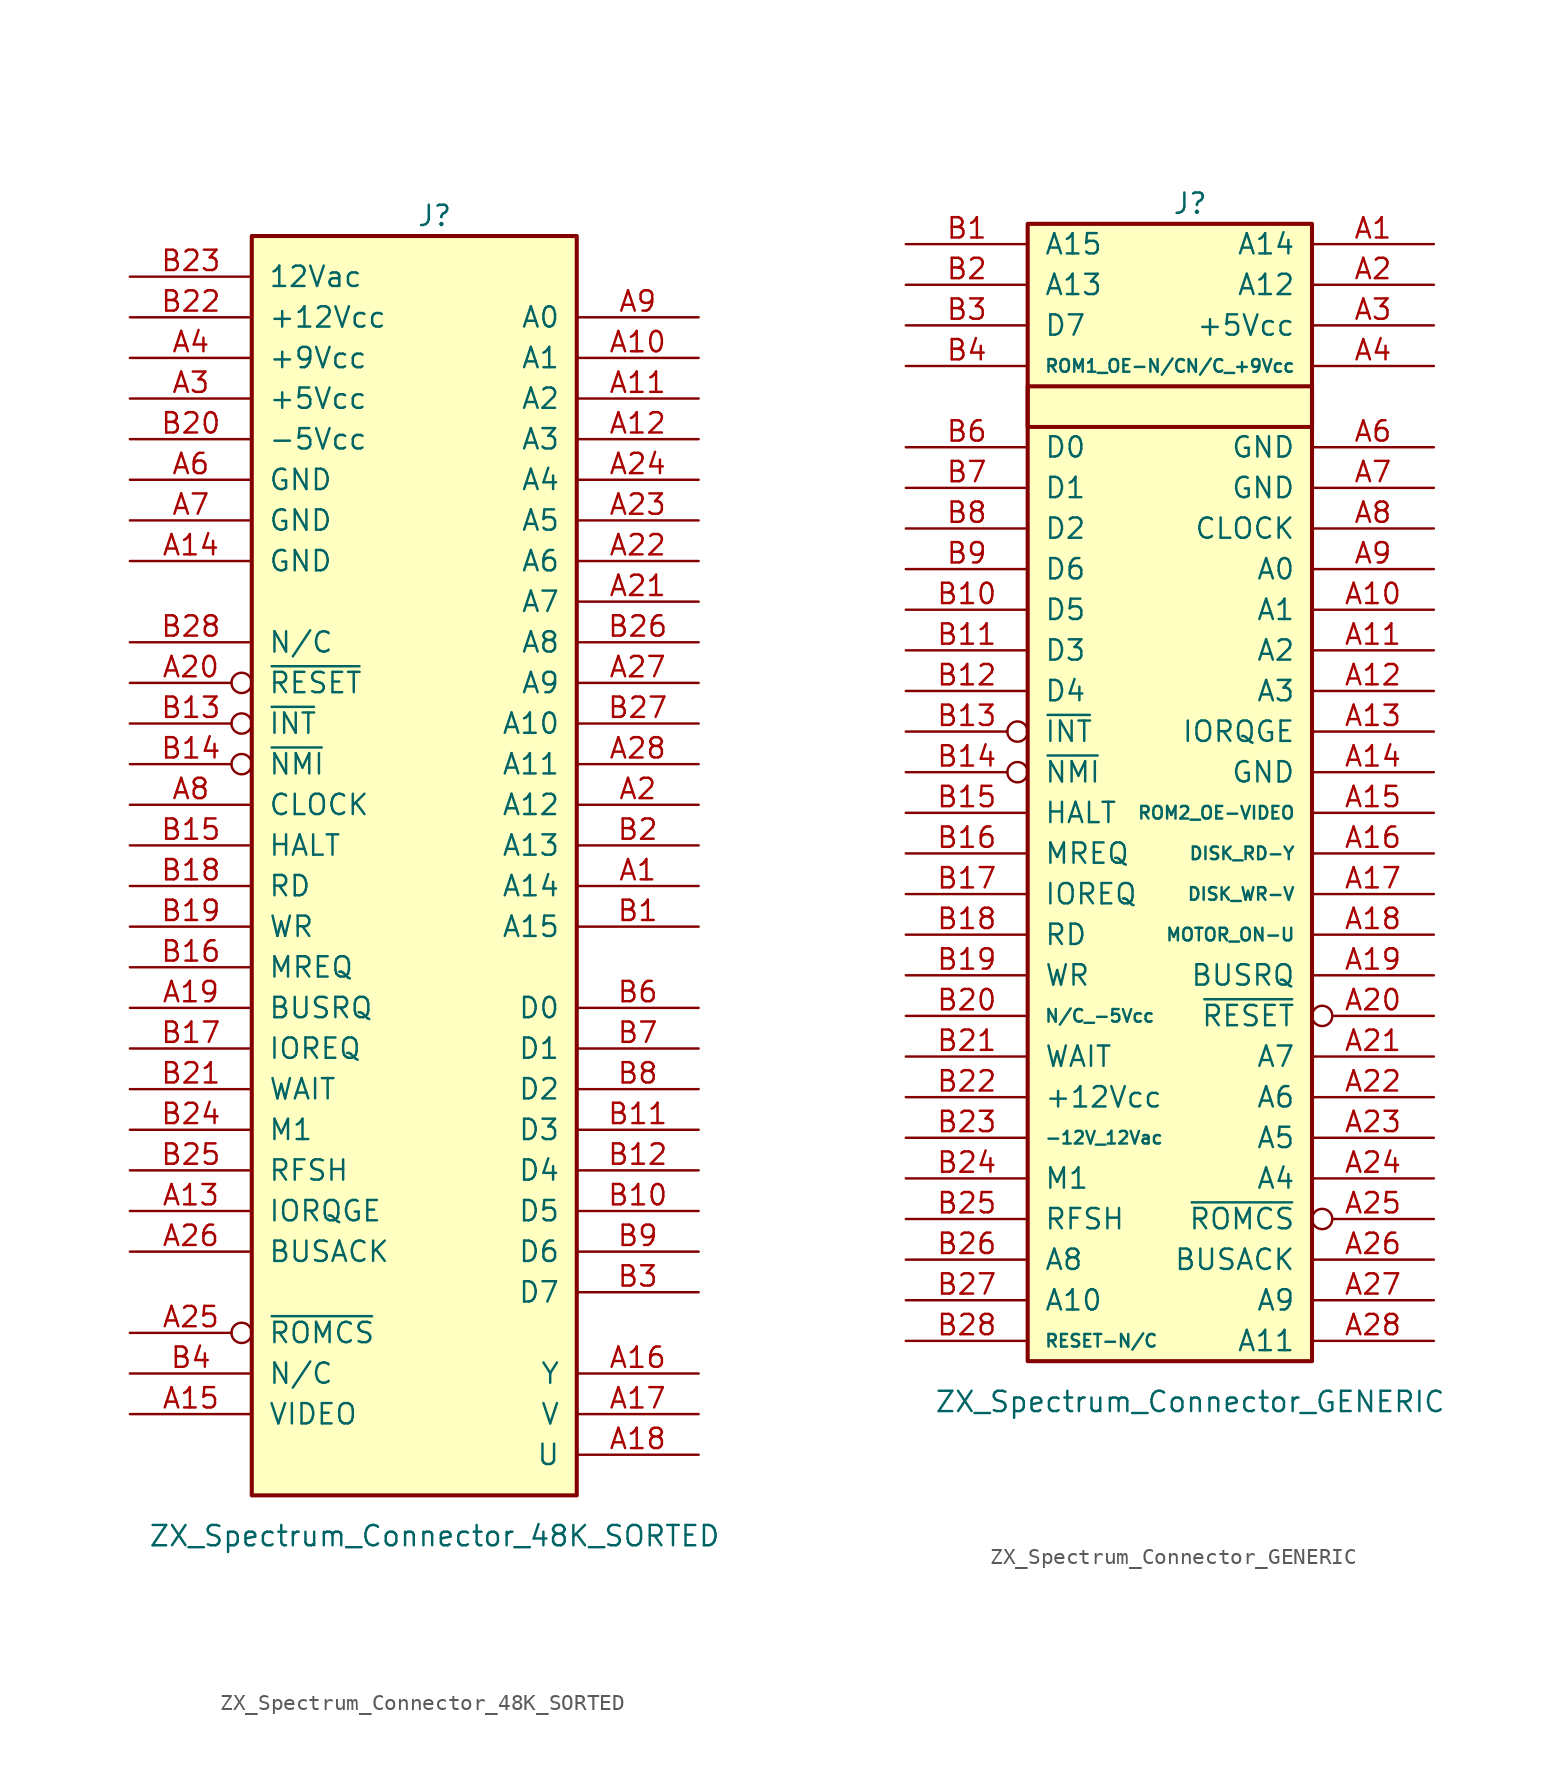
<source format=kicad_sym>
(kicad_symbol_lib
  (version 20220914)
  (generator kicad_symbol_editor)
  (symbol "ZX_Spectrum_Connector_48K_SORTED"
    (pin_names
      (offset 1.016))
    (property "Reference" "J"
      (at 1.27 35.56 0)
      (effects (font (size 1.27 1.27))))
    (property "Value" "ZX_Spectrum_Connector_48K_SORTED"
      (at 1.27 -46.99 0)
      (effects (font (size 1.27 1.27))))
    (symbol "ZX_Spectrum_Connector_48K_SORTED_1_1"
      (rectangle (start -10.16 34.29) (end 10.16 -44.45) (stroke (width 0.254) (type default)) (fill (type background)))
      (pin bidirectional line (at 17.78 -6.35 180) (length 7.62) (name "A14" (effects (font (size 1.27 1.27)))) (number "A1" (effects (font (size 1.27 1.27)))))
      (pin bidirectional line (at 17.78 26.67 180) (length 7.62) (name "A1" (effects (font (size 1.27 1.27)))) (number "A10" (effects (font (size 1.27 1.27)))))
      (pin bidirectional line (at 17.78 24.13 180) (length 7.62) (name "A2" (effects (font (size 1.27 1.27)))) (number "A11" (effects (font (size 1.27 1.27)))))
      (pin bidirectional line (at 17.78 21.59 180) (length 7.62) (name "A3" (effects (font (size 1.27 1.27)))) (number "A12" (effects (font (size 1.27 1.27)))))
      (pin bidirectional line (at -17.78 -26.67 0) (length 7.62) (name "IORQGE" (effects (font (size 1.27 1.27)))) (number "A13" (effects (font (size 1.27 1.27)))))
      (pin bidirectional line (at -17.78 13.97 0) (length 7.62) (name "GND" (effects (font (size 1.27 1.27)))) (number "A14" (effects (font (size 1.27 1.27)))))
      (pin bidirectional line (at -17.78 -39.37 0) (length 7.62) (name "VIDEO" (effects (font (size 1.27 1.27)))) (number "A15" (effects (font (size 1.27 1.27)))))
      (pin unspecified line (at 17.78 -36.83 180) (length 7.62) (name "Y" (effects (font (size 1.27 1.27)))) (number "A16" (effects (font (size 1.27 1.27)))))
      (pin bidirectional line (at 17.78 -39.37 180) (length 7.62) (name "V" (effects (font (size 1.27 1.27)))) (number "A17" (effects (font (size 1.27 1.27)))))
      (pin bidirectional line (at 17.78 -41.91 180) (length 7.62) (name "U" (effects (font (size 1.27 1.27)))) (number "A18" (effects (font (size 1.27 1.27)))))
      (pin bidirectional line (at -17.78 -13.97 0) (length 7.62) (name "BUSRQ" (effects (font (size 1.27 1.27)))) (number "A19" (effects (font (size 1.27 1.27)))))
      (pin bidirectional line (at 17.78 -1.27 180) (length 7.62) (name "A12" (effects (font (size 1.27 1.27)))) (number "A2" (effects (font (size 1.27 1.27)))))
      (pin bidirectional inverted (at -17.78 6.35 0) (length 7.62) (name "~{RESET}" (effects (font (size 1.27 1.27)))) (number "A20" (effects (font (size 1.27 1.27)))))
      (pin bidirectional line (at 17.78 11.43 180) (length 7.62) (name "A7" (effects (font (size 1.27 1.27)))) (number "A21" (effects (font (size 1.27 1.27)))))
      (pin bidirectional line (at 17.78 13.97 180) (length 7.62) (name "A6" (effects (font (size 1.27 1.27)))) (number "A22" (effects (font (size 1.27 1.27)))))
      (pin bidirectional line (at 17.78 16.51 180) (length 7.62) (name "A5" (effects (font (size 1.27 1.27)))) (number "A23" (effects (font (size 1.27 1.27)))))
      (pin bidirectional line (at 17.78 19.05 180) (length 7.62) (name "A4" (effects (font (size 1.27 1.27)))) (number "A24" (effects (font (size 1.27 1.27)))))
      (pin bidirectional inverted (at -17.78 -34.29 0) (length 7.62) (name "~{ROMCS}" (effects (font (size 1.27 1.27)))) (number "A25" (effects (font (size 1.27 1.27)))))
      (pin bidirectional line (at -17.78 -29.21 0) (length 7.62) (name "BUSACK" (effects (font (size 1.27 1.27)))) (number "A26" (effects (font (size 1.27 1.27)))))
      (pin bidirectional line (at 17.78 6.35 180) (length 7.62) (name "A9" (effects (font (size 1.27 1.27)))) (number "A27" (effects (font (size 1.27 1.27)))))
      (pin bidirectional line (at 17.78 1.27 180) (length 7.62) (name "A11" (effects (font (size 1.27 1.27)))) (number "A28" (effects (font (size 1.27 1.27)))))
      (pin bidirectional line (at -17.78 24.13 0) (length 7.62) (name "+5Vcc" (effects (font (size 1.27 1.27)))) (number "A3" (effects (font (size 1.27 1.27)))))
      (pin bidirectional line (at -17.78 26.67 0) (length 7.62) (name "+9Vcc" (effects (font (size 1.27 1.27)))) (number "A4" (effects (font (size 1.27 1.27)))))
      (pin bidirectional line (at -17.78 19.05 0) (length 7.62) (name "GND" (effects (font (size 1.27 1.27)))) (number "A6" (effects (font (size 1.27 1.27)))))
      (pin bidirectional line (at -17.78 16.51 0) (length 7.62) (name "GND" (effects (font (size 1.27 1.27)))) (number "A7" (effects (font (size 1.27 1.27)))))
      (pin bidirectional line (at -17.78 -1.27 0) (length 7.62) (name "CLOCK" (effects (font (size 1.27 1.27)))) (number "A8" (effects (font (size 1.27 1.27)))))
      (pin bidirectional line (at 17.78 29.21 180) (length 7.62) (name "A0" (effects (font (size 1.27 1.27)))) (number "A9" (effects (font (size 1.27 1.27)))))
      (pin bidirectional line (at 17.78 -8.89 180) (length 7.62) (name "A15" (effects (font (size 1.27 1.27)))) (number "B1" (effects (font (size 1.27 1.27)))))
      (pin bidirectional line (at 17.78 -26.67 180) (length 7.62) (name "D5" (effects (font (size 1.27 1.27)))) (number "B10" (effects (font (size 1.27 1.27)))))
      (pin bidirectional line (at 17.78 -21.59 180) (length 7.62) (name "D3" (effects (font (size 1.27 1.27)))) (number "B11" (effects (font (size 1.27 1.27)))))
      (pin bidirectional line (at 17.78 -24.13 180) (length 7.62) (name "D4" (effects (font (size 1.27 1.27)))) (number "B12" (effects (font (size 1.27 1.27)))))
      (pin bidirectional inverted (at -17.78 3.81 0) (length 7.62) (name "~{INT}" (effects (font (size 1.27 1.27)))) (number "B13" (effects (font (size 1.27 1.27)))))
      (pin bidirectional inverted (at -17.78 1.27 0) (length 7.62) (name "~{NMI}" (effects (font (size 1.27 1.27)))) (number "B14" (effects (font (size 1.27 1.27)))))
      (pin bidirectional line (at -17.78 -3.81 0) (length 7.62) (name "HALT" (effects (font (size 1.27 1.27)))) (number "B15" (effects (font (size 1.27 1.27)))))
      (pin bidirectional line (at -17.78 -11.43 0) (length 7.62) (name "MREQ" (effects (font (size 1.27 1.27)))) (number "B16" (effects (font (size 1.27 1.27)))))
      (pin bidirectional line (at -17.78 -16.51 0) (length 7.62) (name "IOREQ" (effects (font (size 1.27 1.27)))) (number "B17" (effects (font (size 1.27 1.27)))))
      (pin bidirectional line (at -17.78 -6.35 0) (length 7.62) (name "RD" (effects (font (size 1.27 1.27)))) (number "B18" (effects (font (size 1.27 1.27)))))
      (pin bidirectional line (at -17.78 -8.89 0) (length 7.62) (name "WR" (effects (font (size 1.27 1.27)))) (number "B19" (effects (font (size 1.27 1.27)))))
      (pin bidirectional line (at 17.78 -3.81 180) (length 7.62) (name "A13" (effects (font (size 1.27 1.27)))) (number "B2" (effects (font (size 1.27 1.27)))))
      (pin bidirectional line (at -17.78 21.59 0) (length 7.62) (name "-5Vcc" (effects (font (size 1.27 1.27)))) (number "B20" (effects (font (size 1.27 1.27)))))
      (pin bidirectional line (at -17.78 -19.05 0) (length 7.62) (name "WAIT" (effects (font (size 1.27 1.27)))) (number "B21" (effects (font (size 1.27 1.27)))))
      (pin bidirectional line (at -17.78 29.21 0) (length 7.62) (name "+12Vcc" (effects (font (size 1.27 1.27)))) (number "B22" (effects (font (size 1.27 1.27)))))
      (pin bidirectional line (at -17.78 31.75 0) (length 7.62) (name "12Vac" (effects (font (size 1.27 1.27)))) (number "B23" (effects (font (size 1.27 1.27)))))
      (pin bidirectional line (at -17.78 -21.59 0) (length 7.62) (name "M1" (effects (font (size 1.27 1.27)))) (number "B24" (effects (font (size 1.27 1.27)))))
      (pin bidirectional line (at -17.78 -24.13 0) (length 7.62) (name "RFSH" (effects (font (size 1.27 1.27)))) (number "B25" (effects (font (size 1.27 1.27)))))
      (pin bidirectional line (at 17.78 8.89 180) (length 7.62) (name "A8" (effects (font (size 1.27 1.27)))) (number "B26" (effects (font (size 1.27 1.27)))))
      (pin bidirectional line (at 17.78 3.81 180) (length 7.62) (name "A10" (effects (font (size 1.27 1.27)))) (number "B27" (effects (font (size 1.27 1.27)))))
      (pin unspecified line (at -17.78 8.89 0) (length 7.62) (name "N/C" (effects (font (size 1.27 1.27)))) (number "B28" (effects (font (size 1.27 1.27)))))
      (pin bidirectional line (at 17.78 -31.75 180) (length 7.62) (name "D7" (effects (font (size 1.27 1.27)))) (number "B3" (effects (font (size 1.27 1.27)))))
      (pin unspecified line (at -17.78 -36.83 0) (length 7.62) (name "N/C" (effects (font (size 1.27 1.27)))) (number "B4" (effects (font (size 1.27 1.27)))))
      (pin bidirectional line (at 17.78 -13.97 180) (length 7.62) (name "D0" (effects (font (size 1.27 1.27)))) (number "B6" (effects (font (size 1.27 1.27)))))
      (pin bidirectional line (at 17.78 -16.51 180) (length 7.62) (name "D1" (effects (font (size 1.27 1.27)))) (number "B7" (effects (font (size 1.27 1.27)))))
      (pin bidirectional line (at 17.78 -19.05 180) (length 7.62) (name "D2" (effects (font (size 1.27 1.27)))) (number "B8" (effects (font (size 1.27 1.27)))))
      (pin bidirectional line (at 17.78 -29.21 180) (length 7.62) (name "D6" (effects (font (size 1.27 1.27)))) (number "B9" (effects (font (size 1.27 1.27)))))))
  (symbol "ZX_Spectrum_Connector_GENERIC"
    (pin_names
      (offset 1.016))
    (property "Reference" "J"
      (at 1.27 36.83 0)
      (effects (font (size 1.27 1.27))))
    (property "Value" "ZX_Spectrum_Connector_GENERIC"
      (at 1.27 -38.1 0)
      (effects (font (size 1.27 1.27))))
    (symbol "ZX_Spectrum_Connector_GENERIC_1_1"
      (rectangle (start -8.89 25.4) (end 8.89 22.86) (stroke (width 0.254) (type default)) (fill (type none)))
      (rectangle (start -8.89 35.56) (end 8.89 -35.56) (stroke (width 0.254) (type default)) (fill (type background)))
      (pin bidirectional line (at 16.51 34.29 180) (length 7.62) (name "A14" (effects (font (size 1.27 1.27)))) (number "A1" (effects (font (size 1.27 1.27)))))
      (pin bidirectional line (at 16.51 11.43 180) (length 7.62) (name "A1" (effects (font (size 1.27 1.27)))) (number "A10" (effects (font (size 1.27 1.27)))))
      (pin bidirectional line (at 16.51 8.89 180) (length 7.62) (name "A2" (effects (font (size 1.27 1.27)))) (number "A11" (effects (font (size 1.27 1.27)))))
      (pin bidirectional line (at 16.51 6.35 180) (length 7.62) (name "A3" (effects (font (size 1.27 1.27)))) (number "A12" (effects (font (size 1.27 1.27)))))
      (pin bidirectional line (at 16.51 3.81 180) (length 7.62) (name "IORQGE" (effects (font (size 1.27 1.27)))) (number "A13" (effects (font (size 1.27 1.27)))))
      (pin bidirectional line (at 16.51 1.27 180) (length 7.62) (name "GND" (effects (font (size 1.27 1.27)))) (number "A14" (effects (font (size 1.27 1.27)))))
      (pin bidirectional line (at 16.51 -1.27 180) (length 7.62) (name "ROM2_OE-VIDEO" (effects (font (size 0.787 0.787)))) (number "A15" (effects (font (size 1.27 1.27)))))
      (pin bidirectional line (at 16.51 -3.81 180) (length 7.62) (name "DISK_RD-Y" (effects (font (size 0.787 0.787)))) (number "A16" (effects (font (size 1.27 1.27)))))
      (pin bidirectional line (at 16.51 -6.35 180) (length 7.62) (name "DISK_WR-V" (effects (font (size 0.787 0.787)))) (number "A17" (effects (font (size 1.27 1.27)))))
      (pin bidirectional line (at 16.51 -8.89 180) (length 7.62) (name "MOTOR_ON-U" (effects (font (size 0.787 0.787)))) (number "A18" (effects (font (size 1.27 1.27)))))
      (pin bidirectional line (at 16.51 -11.43 180) (length 7.62) (name "BUSRQ" (effects (font (size 1.27 1.27)))) (number "A19" (effects (font (size 1.27 1.27)))))
      (pin bidirectional line (at 16.51 31.75 180) (length 7.62) (name "A12" (effects (font (size 1.27 1.27)))) (number "A2" (effects (font (size 1.27 1.27)))))
      (pin bidirectional inverted (at 16.51 -13.97 180) (length 7.62) (name "~{RESET}" (effects (font (size 1.27 1.27)))) (number "A20" (effects (font (size 1.27 1.27)))))
      (pin bidirectional line (at 16.51 -16.51 180) (length 7.62) (name "A7" (effects (font (size 1.27 1.27)))) (number "A21" (effects (font (size 1.27 1.27)))))
      (pin bidirectional line (at 16.51 -19.05 180) (length 7.62) (name "A6" (effects (font (size 1.27 1.27)))) (number "A22" (effects (font (size 1.27 1.27)))))
      (pin bidirectional line (at 16.51 -21.59 180) (length 7.62) (name "A5" (effects (font (size 1.27 1.27)))) (number "A23" (effects (font (size 1.27 1.27)))))
      (pin bidirectional line (at 16.51 -24.13 180) (length 7.62) (name "A4" (effects (font (size 1.27 1.27)))) (number "A24" (effects (font (size 1.27 1.27)))))
      (pin bidirectional inverted (at 16.51 -26.67 180) (length 7.62) (name "~{ROMCS}" (effects (font (size 1.27 1.27)))) (number "A25" (effects (font (size 1.27 1.27)))))
      (pin bidirectional line (at 16.51 -29.21 180) (length 7.62) (name "BUSACK" (effects (font (size 1.27 1.27)))) (number "A26" (effects (font (size 1.27 1.27)))))
      (pin bidirectional line (at 16.51 -31.75 180) (length 7.62) (name "A9" (effects (font (size 1.27 1.27)))) (number "A27" (effects (font (size 1.27 1.27)))))
      (pin bidirectional line (at 16.51 -34.29 180) (length 7.62) (name "A11" (effects (font (size 1.27 1.27)))) (number "A28" (effects (font (size 1.27 1.27)))))
      (pin bidirectional line (at 16.51 29.21 180) (length 7.62) (name "+5Vcc" (effects (font (size 1.27 1.27)))) (number "A3" (effects (font (size 1.27 1.27)))))
      (pin bidirectional line (at 16.51 26.67 180) (length 7.62) (name "N/C_+9Vcc" (effects (font (size 0.787 0.787)))) (number "A4" (effects (font (size 1.27 1.27)))))
      (pin bidirectional line (at 16.51 21.59 180) (length 7.62) (name "GND" (effects (font (size 1.27 1.27)))) (number "A6" (effects (font (size 1.27 1.27)))))
      (pin bidirectional line (at 16.51 19.05 180) (length 7.62) (name "GND" (effects (font (size 1.27 1.27)))) (number "A7" (effects (font (size 1.27 1.27)))))
      (pin bidirectional line (at 16.51 16.51 180) (length 7.62) (name "CLOCK" (effects (font (size 1.27 1.27)))) (number "A8" (effects (font (size 1.27 1.27)))))
      (pin bidirectional line (at 16.51 13.97 180) (length 7.62) (name "A0" (effects (font (size 1.27 1.27)))) (number "A9" (effects (font (size 1.27 1.27)))))
      (pin bidirectional line (at -16.51 34.29 0) (length 7.62) (name "A15" (effects (font (size 1.27 1.27)))) (number "B1" (effects (font (size 1.27 1.27)))))
      (pin bidirectional line (at -16.51 11.43 0) (length 7.62) (name "D5" (effects (font (size 1.27 1.27)))) (number "B10" (effects (font (size 1.27 1.27)))))
      (pin bidirectional line (at -16.51 8.89 0) (length 7.62) (name "D3" (effects (font (size 1.27 1.27)))) (number "B11" (effects (font (size 1.27 1.27)))))
      (pin bidirectional line (at -16.51 6.35 0) (length 7.62) (name "D4" (effects (font (size 1.27 1.27)))) (number "B12" (effects (font (size 1.27 1.27)))))
      (pin bidirectional inverted (at -16.51 3.81 0) (length 7.62) (name "~{INT}" (effects (font (size 1.27 1.27)))) (number "B13" (effects (font (size 1.27 1.27)))))
      (pin bidirectional inverted (at -16.51 1.27 0) (length 7.62) (name "~{NMI}" (effects (font (size 1.27 1.27)))) (number "B14" (effects (font (size 1.27 1.27)))))
      (pin bidirectional line (at -16.51 -1.27 0) (length 7.62) (name "HALT" (effects (font (size 1.27 1.27)))) (number "B15" (effects (font (size 1.27 1.27)))))
      (pin bidirectional line (at -16.51 -3.81 0) (length 7.62) (name "MREQ" (effects (font (size 1.27 1.27)))) (number "B16" (effects (font (size 1.27 1.27)))))
      (pin bidirectional line (at -16.51 -6.35 0) (length 7.62) (name "IOREQ" (effects (font (size 1.27 1.27)))) (number "B17" (effects (font (size 1.27 1.27)))))
      (pin bidirectional line (at -16.51 -8.89 0) (length 7.62) (name "RD" (effects (font (size 1.27 1.27)))) (number "B18" (effects (font (size 1.27 1.27)))))
      (pin bidirectional line (at -16.51 -11.43 0) (length 7.62) (name "WR" (effects (font (size 1.27 1.27)))) (number "B19" (effects (font (size 1.27 1.27)))))
      (pin bidirectional line (at -16.51 31.75 0) (length 7.62) (name "A13" (effects (font (size 1.27 1.27)))) (number "B2" (effects (font (size 1.27 1.27)))))
      (pin bidirectional line (at -16.51 -13.97 0) (length 7.62) (name "N/C_-5Vcc" (effects (font (size 0.787 0.787)))) (number "B20" (effects (font (size 1.27 1.27)))))
      (pin bidirectional line (at -16.51 -16.51 0) (length 7.62) (name "WAIT" (effects (font (size 1.27 1.27)))) (number "B21" (effects (font (size 1.27 1.27)))))
      (pin bidirectional line (at -16.51 -19.05 0) (length 7.62) (name "+12Vcc" (effects (font (size 1.27 1.27)))) (number "B22" (effects (font (size 1.27 1.27)))))
      (pin bidirectional line (at -16.51 -21.59 0) (length 7.62) (name "-12V_12Vac" (effects (font (size 0.787 0.787)))) (number "B23" (effects (font (size 1.27 1.27)))))
      (pin bidirectional line (at -16.51 -24.13 0) (length 7.62) (name "M1" (effects (font (size 1.27 1.27)))) (number "B24" (effects (font (size 1.27 1.27)))))
      (pin bidirectional line (at -16.51 -26.67 0) (length 7.62) (name "RFSH" (effects (font (size 1.27 1.27)))) (number "B25" (effects (font (size 1.27 1.27)))))
      (pin bidirectional line (at -16.51 -29.21 0) (length 7.62) (name "A8" (effects (font (size 1.27 1.27)))) (number "B26" (effects (font (size 1.27 1.27)))))
      (pin bidirectional line (at -16.51 -31.75 0) (length 7.62) (name "A10" (effects (font (size 1.27 1.27)))) (number "B27" (effects (font (size 1.27 1.27)))))
      (pin unspecified line (at -16.51 -34.29 0) (length 7.62) (name "RESET-N/C" (effects (font (size 0.787 0.787)))) (number "B28" (effects (font (size 1.27 1.27)))))
      (pin bidirectional line (at -16.51 29.21 0) (length 7.62) (name "D7" (effects (font (size 1.27 1.27)))) (number "B3" (effects (font (size 1.27 1.27)))))
      (pin unspecified line (at -16.51 26.67 0) (length 7.62) (name "ROM1_OE-N/C" (effects (font (size 0.787 0.787)))) (number "B4" (effects (font (size 1.27 1.27)))))
      (pin bidirectional line (at -16.51 21.59 0) (length 7.62) (name "D0" (effects (font (size 1.27 1.27)))) (number "B6" (effects (font (size 1.27 1.27)))))
      (pin bidirectional line (at -16.51 19.05 0) (length 7.62) (name "D1" (effects (font (size 1.27 1.27)))) (number "B7" (effects (font (size 1.27 1.27)))))
      (pin bidirectional line (at -16.51 16.51 0) (length 7.62) (name "D2" (effects (font (size 1.27 1.27)))) (number "B8" (effects (font (size 1.27 1.27)))))
      (pin bidirectional line (at -16.51 13.97 0) (length 7.62) (name "D6" (effects (font (size 1.27 1.27)))) (number "B9" (effects (font (size 1.27 1.27))))))))
</source>
